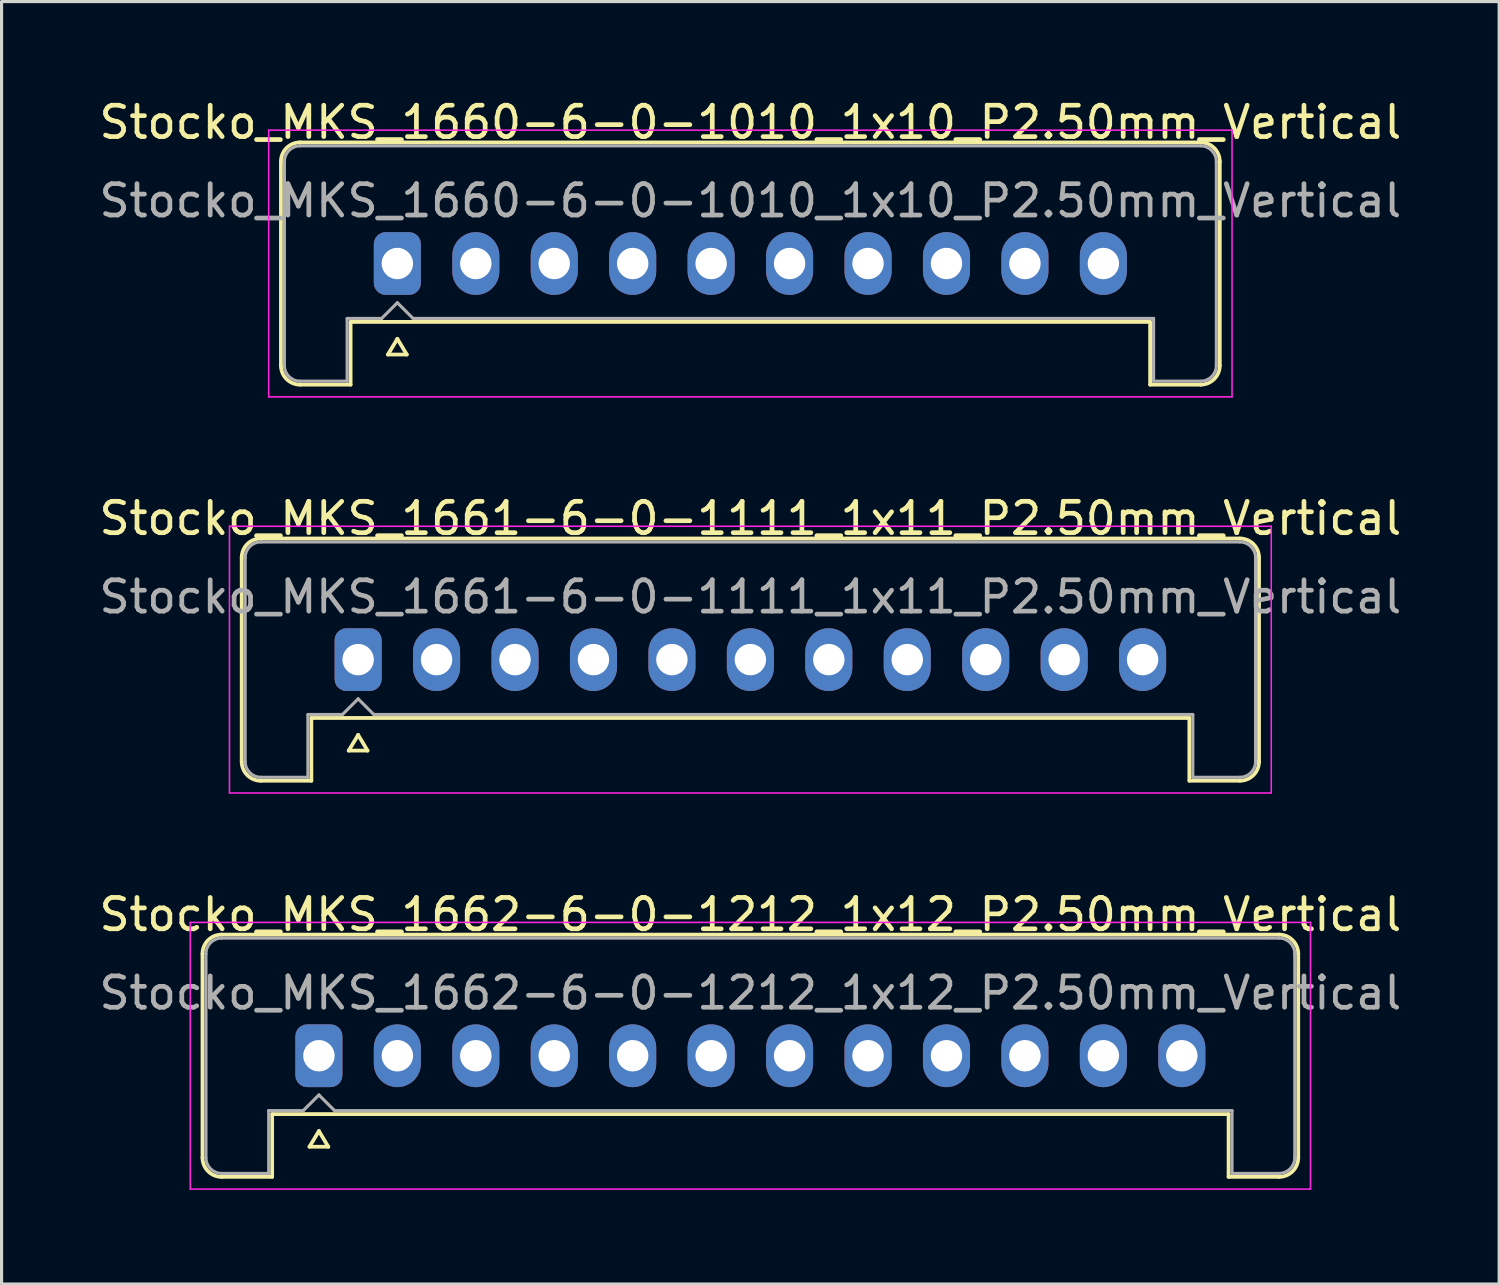
<source format=kicad_pcb>
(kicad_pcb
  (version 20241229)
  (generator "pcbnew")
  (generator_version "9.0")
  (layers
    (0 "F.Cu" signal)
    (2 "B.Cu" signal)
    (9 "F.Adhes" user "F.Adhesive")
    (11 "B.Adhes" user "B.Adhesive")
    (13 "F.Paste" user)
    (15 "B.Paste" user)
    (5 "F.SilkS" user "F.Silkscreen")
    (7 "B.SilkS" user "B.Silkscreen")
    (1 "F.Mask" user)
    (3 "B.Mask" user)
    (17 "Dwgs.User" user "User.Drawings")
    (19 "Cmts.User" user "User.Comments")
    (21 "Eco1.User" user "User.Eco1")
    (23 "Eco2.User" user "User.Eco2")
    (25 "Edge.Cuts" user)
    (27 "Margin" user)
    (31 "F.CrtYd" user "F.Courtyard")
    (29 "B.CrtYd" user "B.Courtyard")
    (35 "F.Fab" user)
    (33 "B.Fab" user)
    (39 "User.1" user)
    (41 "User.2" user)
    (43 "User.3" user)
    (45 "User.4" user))
  (footprint "Stocko_MKS_1661-6-0-1111_1x11_P2.50mm_Vertical"
    (layer "F.Cu")
    (at 8.363 17.971)
    (property "Reference" "Stocko_MKS_1661-6-0-1111_1x11_P2.50mm_Vertical" (at 12.5 -4.5 0) (layer "F.SilkS") (effects (font (size 1 1) (thickness 0.15))))
    (attr through_hole)
    (fp_line (start -3.71 -3.25) (end -3.71 3.25) (stroke (width 0.12) (type solid)) (layer "F.SilkS"))
    (fp_line (start -3.1 -3.86) (end 28.1 -3.86) (stroke (width 0.12) (type solid)) (layer "F.SilkS"))
    (fp_line (start -3.1 3.86) (end -1.49 3.86) (stroke (width 0.12) (type solid)) (layer "F.SilkS"))
    (fp_line (start -1.49 1.86) (end 26.49 1.86) (stroke (width 0.12) (type solid)) (layer "F.SilkS"))
    (fp_line (start -1.49 3.86) (end -1.49 1.86) (stroke (width 0.12) (type solid)) (layer "F.SilkS"))
    (fp_line (start -0.3 2.9) (end 0.3 2.9) (stroke (width 0.12) (type solid)) (layer "F.SilkS"))
    (fp_line (start 0 2.4) (end -0.3 2.9) (stroke (width 0.12) (type solid)) (layer "F.SilkS"))
    (fp_line (start 0.3 2.9) (end 0 2.4) (stroke (width 0.12) (type solid)) (layer "F.SilkS"))
    (fp_line (start 26.49 3.86) (end 26.49 1.86) (stroke (width 0.12) (type solid)) (layer "F.SilkS"))
    (fp_line (start 28.1 3.86) (end 26.49 3.86) (stroke (width 0.12) (type solid)) (layer "F.SilkS"))
    (fp_line (start 28.71 -3.25) (end 28.71 3.25) (stroke (width 0.12) (type solid)) (layer "F.SilkS"))
    (fp_arc (start -3.71 -3.25) (mid -3.531335 -3.681335) (end -3.1 -3.86) (stroke (width 0.12) (type solid)) (layer "F.SilkS"))
    (fp_arc (start -3.1 3.86) (mid -3.531335 3.681335) (end -3.71 3.25) (stroke (width 0.12) (type solid)) (layer "F.SilkS"))
    (fp_arc (start 28.1 -3.86) (mid 28.531335 -3.681335) (end 28.71 -3.25) (stroke (width 0.12) (type solid)) (layer "F.SilkS"))
    (fp_arc (start 28.71 3.25) (mid 28.531335 3.681335) (end 28.1 3.86) (stroke (width 0.12) (type solid)) (layer "F.SilkS"))
    (fp_line (start -4.1 -4.25) (end -4.1 4.25) (stroke (width 0.05) (type solid)) (layer "F.CrtYd"))
    (fp_line (start -4.1 4.25) (end 29.1 4.25) (stroke (width 0.05) (type solid)) (layer "F.CrtYd"))
    (fp_line (start 29.1 -4.25) (end -4.1 -4.25) (stroke (width 0.05) (type solid)) (layer "F.CrtYd"))
    (fp_line (start 29.1 4.25) (end 29.1 -4.25) (stroke (width 0.05) (type solid)) (layer "F.CrtYd"))
    (fp_line (start -3.6 -3.25) (end -3.6 3.25) (stroke (width 0.1) (type solid)) (layer "F.Fab"))
    (fp_line (start -3.1 -3.75) (end 28.1 -3.75) (stroke (width 0.1) (type solid)) (layer "F.Fab"))
    (fp_line (start -3.1 3.75) (end -1.6 3.75) (stroke (width 0.1) (type solid)) (layer "F.Fab"))
    (fp_line (start -1.6 1.75) (end -0.5 1.75) (stroke (width 0.1) (type solid)) (layer "F.Fab"))
    (fp_line (start -1.6 3.75) (end -1.6 1.75) (stroke (width 0.1) (type solid)) (layer "F.Fab"))
    (fp_line (start -0.5 1.75) (end 0 1.25) (stroke (width 0.1) (type solid)) (layer "F.Fab"))
    (fp_line (start 0 1.25) (end 0.5 1.75) (stroke (width 0.1) (type solid)) (layer "F.Fab"))
    (fp_line (start 0.5 1.75) (end 26.6 1.75) (stroke (width 0.1) (type solid)) (layer "F.Fab"))
    (fp_line (start 26.6 3.75) (end 26.6 1.75) (stroke (width 0.1) (type solid)) (layer "F.Fab"))
    (fp_line (start 28.1 3.75) (end 26.6 3.75) (stroke (width 0.1) (type solid)) (layer "F.Fab"))
    (fp_line (start 28.6 -3.25) (end 28.6 3.25) (stroke (width 0.1) (type solid)) (layer "F.Fab"))
    (fp_arc (start -3.6 -3.25) (mid -3.453553 -3.603553) (end -3.1 -3.75) (stroke (width 0.1) (type solid)) (layer "F.Fab"))
    (fp_arc (start -3.1 3.75) (mid -3.453553 3.603553) (end -3.6 3.25) (stroke (width 0.1) (type solid)) (layer "F.Fab"))
    (fp_arc (start 28.1 -3.75) (mid 28.453553 -3.603553) (end 28.6 -3.25) (stroke (width 0.1) (type solid)) (layer "F.Fab"))
    (fp_arc (start 28.6 3.25) (mid 28.453553 3.603553) (end 28.1 3.75) (stroke (width 0.1) (type solid)) (layer "F.Fab"))
    (fp_text user "${REFERENCE}" (at 12.5 -2 0) (layer "F.Fab") (effects (font (size 1 1) (thickness 0.15))))
    (pad "1" thru_hole roundrect (at 0 0) (size 1.5 2) (drill 1) (layers "*.Cu" "*.Mask") (roundrect_rratio 0.25))
    (pad "2" thru_hole oval (at 2.5 0) (size 1.5 2) (drill 1) (layers "*.Cu" "*.Mask"))
    (pad "3" thru_hole oval (at 5 0) (size 1.5 2) (drill 1) (layers "*.Cu" "*.Mask"))
    (pad "4" thru_hole oval (at 7.5 0) (size 1.5 2) (drill 1) (layers "*.Cu" "*.Mask"))
    (pad "5" thru_hole oval (at 10 0) (size 1.5 2) (drill 1) (layers "*.Cu" "*.Mask"))
    (pad "6" thru_hole oval (at 12.5 0) (size 1.5 2) (drill 1) (layers "*.Cu" "*.Mask"))
    (pad "7" thru_hole oval (at 15 0) (size 1.5 2) (drill 1) (layers "*.Cu" "*.Mask"))
    (pad "8" thru_hole oval (at 17.5 0) (size 1.5 2) (drill 1) (layers "*.Cu" "*.Mask"))
    (pad "9" thru_hole oval (at 20 0) (size 1.5 2) (drill 1) (layers "*.Cu" "*.Mask"))
    (pad "10" thru_hole oval (at 22.5 0) (size 1.5 2) (drill 1) (layers "*.Cu" "*.Mask"))
    (pad "11" thru_hole oval (at 25 0) (size 1.5 2) (drill 1) (layers "*.Cu" "*.Mask")))
  (footprint "Stocko_MKS_1660-6-0-1010_1x10_P2.50mm_Vertical"
    (layer "F.Cu")
    (at 9.613 5.348)
    (property "Reference" "Stocko_MKS_1660-6-0-1010_1x10_P2.50mm_Vertical" (at 11.25 -4.5 0) (layer "F.SilkS") (effects (font (size 1 1) (thickness 0.15))))
    (attr through_hole)
    (fp_line (start -3.71 -3.25) (end -3.71 3.25) (stroke (width 0.12) (type solid)) (layer "F.SilkS"))
    (fp_line (start -3.1 -3.86) (end 25.6 -3.86) (stroke (width 0.12) (type solid)) (layer "F.SilkS"))
    (fp_line (start -3.1 3.86) (end -1.49 3.86) (stroke (width 0.12) (type solid)) (layer "F.SilkS"))
    (fp_line (start -1.49 1.86) (end 23.99 1.86) (stroke (width 0.12) (type solid)) (layer "F.SilkS"))
    (fp_line (start -1.49 3.86) (end -1.49 1.86) (stroke (width 0.12) (type solid)) (layer "F.SilkS"))
    (fp_line (start -0.3 2.9) (end 0.3 2.9) (stroke (width 0.12) (type solid)) (layer "F.SilkS"))
    (fp_line (start 0 2.4) (end -0.3 2.9) (stroke (width 0.12) (type solid)) (layer "F.SilkS"))
    (fp_line (start 0.3 2.9) (end 0 2.4) (stroke (width 0.12) (type solid)) (layer "F.SilkS"))
    (fp_line (start 23.99 3.86) (end 23.99 1.86) (stroke (width 0.12) (type solid)) (layer "F.SilkS"))
    (fp_line (start 25.6 3.86) (end 23.99 3.86) (stroke (width 0.12) (type solid)) (layer "F.SilkS"))
    (fp_line (start 26.21 -3.25) (end 26.21 3.25) (stroke (width 0.12) (type solid)) (layer "F.SilkS"))
    (fp_arc (start -3.71 -3.25) (mid -3.531335 -3.681335) (end -3.1 -3.86) (stroke (width 0.12) (type solid)) (layer "F.SilkS"))
    (fp_arc (start -3.1 3.86) (mid -3.531335 3.681335) (end -3.71 3.25) (stroke (width 0.12) (type solid)) (layer "F.SilkS"))
    (fp_arc (start 25.6 -3.86) (mid 26.031335 -3.681335) (end 26.21 -3.25) (stroke (width 0.12) (type solid)) (layer "F.SilkS"))
    (fp_arc (start 26.21 3.25) (mid 26.031335 3.681335) (end 25.6 3.86) (stroke (width 0.12) (type solid)) (layer "F.SilkS"))
    (fp_line (start -4.1 -4.25) (end -4.1 4.25) (stroke (width 0.05) (type solid)) (layer "F.CrtYd"))
    (fp_line (start -4.1 4.25) (end 26.6 4.25) (stroke (width 0.05) (type solid)) (layer "F.CrtYd"))
    (fp_line (start 26.6 -4.25) (end -4.1 -4.25) (stroke (width 0.05) (type solid)) (layer "F.CrtYd"))
    (fp_line (start 26.6 4.25) (end 26.6 -4.25) (stroke (width 0.05) (type solid)) (layer "F.CrtYd"))
    (fp_line (start -3.6 -3.25) (end -3.6 3.25) (stroke (width 0.1) (type solid)) (layer "F.Fab"))
    (fp_line (start -3.1 -3.75) (end 25.6 -3.75) (stroke (width 0.1) (type solid)) (layer "F.Fab"))
    (fp_line (start -3.1 3.75) (end -1.6 3.75) (stroke (width 0.1) (type solid)) (layer "F.Fab"))
    (fp_line (start -1.6 1.75) (end -0.5 1.75) (stroke (width 0.1) (type solid)) (layer "F.Fab"))
    (fp_line (start -1.6 3.75) (end -1.6 1.75) (stroke (width 0.1) (type solid)) (layer "F.Fab"))
    (fp_line (start -0.5 1.75) (end 0 1.25) (stroke (width 0.1) (type solid)) (layer "F.Fab"))
    (fp_line (start 0 1.25) (end 0.5 1.75) (stroke (width 0.1) (type solid)) (layer "F.Fab"))
    (fp_line (start 0.5 1.75) (end 24.1 1.75) (stroke (width 0.1) (type solid)) (layer "F.Fab"))
    (fp_line (start 24.1 3.75) (end 24.1 1.75) (stroke (width 0.1) (type solid)) (layer "F.Fab"))
    (fp_line (start 25.6 3.75) (end 24.1 3.75) (stroke (width 0.1) (type solid)) (layer "F.Fab"))
    (fp_line (start 26.1 -3.25) (end 26.1 3.25) (stroke (width 0.1) (type solid)) (layer "F.Fab"))
    (fp_arc (start -3.6 -3.25) (mid -3.453553 -3.603553) (end -3.1 -3.75) (stroke (width 0.1) (type solid)) (layer "F.Fab"))
    (fp_arc (start -3.1 3.75) (mid -3.453553 3.603553) (end -3.6 3.25) (stroke (width 0.1) (type solid)) (layer "F.Fab"))
    (fp_arc (start 25.6 -3.75) (mid 25.953553 -3.603553) (end 26.1 -3.25) (stroke (width 0.1) (type solid)) (layer "F.Fab"))
    (fp_arc (start 26.1 3.25) (mid 25.953553 3.603553) (end 25.6 3.75) (stroke (width 0.1) (type solid)) (layer "F.Fab"))
    (fp_text user "${REFERENCE}" (at 11.25 -2 0) (layer "F.Fab") (effects (font (size 1 1) (thickness 0.15))))
    (pad "1" thru_hole roundrect (at 0 0) (size 1.5 2) (drill 1) (layers "*.Cu" "*.Mask") (roundrect_rratio 0.25))
    (pad "2" thru_hole oval (at 2.5 0) (size 1.5 2) (drill 1) (layers "*.Cu" "*.Mask"))
    (pad "3" thru_hole oval (at 5 0) (size 1.5 2) (drill 1) (layers "*.Cu" "*.Mask"))
    (pad "4" thru_hole oval (at 7.5 0) (size 1.5 2) (drill 1) (layers "*.Cu" "*.Mask"))
    (pad "5" thru_hole oval (at 10 0) (size 1.5 2) (drill 1) (layers "*.Cu" "*.Mask"))
    (pad "6" thru_hole oval (at 12.5 0) (size 1.5 2) (drill 1) (layers "*.Cu" "*.Mask"))
    (pad "7" thru_hole oval (at 15 0) (size 1.5 2) (drill 1) (layers "*.Cu" "*.Mask"))
    (pad "8" thru_hole oval (at 17.5 0) (size 1.5 2) (drill 1) (layers "*.Cu" "*.Mask"))
    (pad "9" thru_hole oval (at 20 0) (size 1.5 2) (drill 1) (layers "*.Cu" "*.Mask"))
    (pad "10" thru_hole oval (at 22.5 0) (size 1.5 2) (drill 1) (layers "*.Cu" "*.Mask")))
  (footprint "Stocko_MKS_1662-6-0-1212_1x12_P2.50mm_Vertical"
    (layer "F.Cu")
    (at 7.113 30.595)
    (property "Reference" "Stocko_MKS_1662-6-0-1212_1x12_P2.50mm_Vertical" (at 13.75 -4.5 0) (layer "F.SilkS") (effects (font (size 1 1) (thickness 0.15))))
    (attr through_hole)
    (fp_line (start -3.71 -3.25) (end -3.71 3.25) (stroke (width 0.12) (type solid)) (layer "F.SilkS"))
    (fp_line (start -3.1 -3.86) (end 30.6 -3.86) (stroke (width 0.12) (type solid)) (layer "F.SilkS"))
    (fp_line (start -3.1 3.86) (end -1.49 3.86) (stroke (width 0.12) (type solid)) (layer "F.SilkS"))
    (fp_line (start -1.49 1.86) (end 28.99 1.86) (stroke (width 0.12) (type solid)) (layer "F.SilkS"))
    (fp_line (start -1.49 3.86) (end -1.49 1.86) (stroke (width 0.12) (type solid)) (layer "F.SilkS"))
    (fp_line (start -0.3 2.9) (end 0.3 2.9) (stroke (width 0.12) (type solid)) (layer "F.SilkS"))
    (fp_line (start 0 2.4) (end -0.3 2.9) (stroke (width 0.12) (type solid)) (layer "F.SilkS"))
    (fp_line (start 0.3 2.9) (end 0 2.4) (stroke (width 0.12) (type solid)) (layer "F.SilkS"))
    (fp_line (start 28.99 3.86) (end 28.99 1.86) (stroke (width 0.12) (type solid)) (layer "F.SilkS"))
    (fp_line (start 30.6 3.86) (end 28.99 3.86) (stroke (width 0.12) (type solid)) (layer "F.SilkS"))
    (fp_line (start 31.21 -3.25) (end 31.21 3.25) (stroke (width 0.12) (type solid)) (layer "F.SilkS"))
    (fp_arc (start -3.71 -3.25) (mid -3.531335 -3.681335) (end -3.1 -3.86) (stroke (width 0.12) (type solid)) (layer "F.SilkS"))
    (fp_arc (start -3.1 3.86) (mid -3.531335 3.681335) (end -3.71 3.25) (stroke (width 0.12) (type solid)) (layer "F.SilkS"))
    (fp_arc (start 30.6 -3.86) (mid 31.031335 -3.681335) (end 31.21 -3.25) (stroke (width 0.12) (type solid)) (layer "F.SilkS"))
    (fp_arc (start 31.21 3.25) (mid 31.031335 3.681335) (end 30.6 3.86) (stroke (width 0.12) (type solid)) (layer "F.SilkS"))
    (fp_line (start -4.1 -4.25) (end -4.1 4.25) (stroke (width 0.05) (type solid)) (layer "F.CrtYd"))
    (fp_line (start -4.1 4.25) (end 31.6 4.25) (stroke (width 0.05) (type solid)) (layer "F.CrtYd"))
    (fp_line (start 31.6 -4.25) (end -4.1 -4.25) (stroke (width 0.05) (type solid)) (layer "F.CrtYd"))
    (fp_line (start 31.6 4.25) (end 31.6 -4.25) (stroke (width 0.05) (type solid)) (layer "F.CrtYd"))
    (fp_line (start -3.6 -3.25) (end -3.6 3.25) (stroke (width 0.1) (type solid)) (layer "F.Fab"))
    (fp_line (start -3.1 -3.75) (end 30.6 -3.75) (stroke (width 0.1) (type solid)) (layer "F.Fab"))
    (fp_line (start -3.1 3.75) (end -1.6 3.75) (stroke (width 0.1) (type solid)) (layer "F.Fab"))
    (fp_line (start -1.6 1.75) (end -0.5 1.75) (stroke (width 0.1) (type solid)) (layer "F.Fab"))
    (fp_line (start -1.6 3.75) (end -1.6 1.75) (stroke (width 0.1) (type solid)) (layer "F.Fab"))
    (fp_line (start -0.5 1.75) (end 0 1.25) (stroke (width 0.1) (type solid)) (layer "F.Fab"))
    (fp_line (start 0 1.25) (end 0.5 1.75) (stroke (width 0.1) (type solid)) (layer "F.Fab"))
    (fp_line (start 0.5 1.75) (end 29.1 1.75) (stroke (width 0.1) (type solid)) (layer "F.Fab"))
    (fp_line (start 29.1 3.75) (end 29.1 1.75) (stroke (width 0.1) (type solid)) (layer "F.Fab"))
    (fp_line (start 30.6 3.75) (end 29.1 3.75) (stroke (width 0.1) (type solid)) (layer "F.Fab"))
    (fp_line (start 31.1 -3.25) (end 31.1 3.25) (stroke (width 0.1) (type solid)) (layer "F.Fab"))
    (fp_arc (start -3.6 -3.25) (mid -3.453553 -3.603553) (end -3.1 -3.75) (stroke (width 0.1) (type solid)) (layer "F.Fab"))
    (fp_arc (start -3.1 3.75) (mid -3.453553 3.603553) (end -3.6 3.25) (stroke (width 0.1) (type solid)) (layer "F.Fab"))
    (fp_arc (start 30.6 -3.75) (mid 30.953553 -3.603553) (end 31.1 -3.25) (stroke (width 0.1) (type solid)) (layer "F.Fab"))
    (fp_arc (start 31.1 3.25) (mid 30.953553 3.603553) (end 30.6 3.75) (stroke (width 0.1) (type solid)) (layer "F.Fab"))
    (fp_text user "${REFERENCE}" (at 13.75 -2 0) (layer "F.Fab") (effects (font (size 1 1) (thickness 0.15))))
    (pad "1" thru_hole roundrect (at 0 0) (size 1.5 2) (drill 1) (layers "*.Cu" "*.Mask") (roundrect_rratio 0.25))
    (pad "2" thru_hole oval (at 2.5 0) (size 1.5 2) (drill 1) (layers "*.Cu" "*.Mask"))
    (pad "3" thru_hole oval (at 5 0) (size 1.5 2) (drill 1) (layers "*.Cu" "*.Mask"))
    (pad "4" thru_hole oval (at 7.5 0) (size 1.5 2) (drill 1) (layers "*.Cu" "*.Mask"))
    (pad "5" thru_hole oval (at 10 0) (size 1.5 2) (drill 1) (layers "*.Cu" "*.Mask"))
    (pad "6" thru_hole oval (at 12.5 0) (size 1.5 2) (drill 1) (layers "*.Cu" "*.Mask"))
    (pad "7" thru_hole oval (at 15 0) (size 1.5 2) (drill 1) (layers "*.Cu" "*.Mask"))
    (pad "8" thru_hole oval (at 17.5 0) (size 1.5 2) (drill 1) (layers "*.Cu" "*.Mask"))
    (pad "9" thru_hole oval (at 20 0) (size 1.5 2) (drill 1) (layers "*.Cu" "*.Mask"))
    (pad "10" thru_hole oval (at 22.5 0) (size 1.5 2) (drill 1) (layers "*.Cu" "*.Mask"))
    (pad "11" thru_hole oval (at 25 0) (size 1.5 2) (drill 1) (layers "*.Cu" "*.Mask"))
    (pad "12" thru_hole oval (at 27.5 0) (size 1.5 2) (drill 1) (layers "*.Cu" "*.Mask")))
  (gr_rect
    (start -3 -3)
    (end 44.726 37.87)
    (stroke (width 0.1) (type default))
    (fill no)
    (layer "Edge.Cuts")))
</source>
